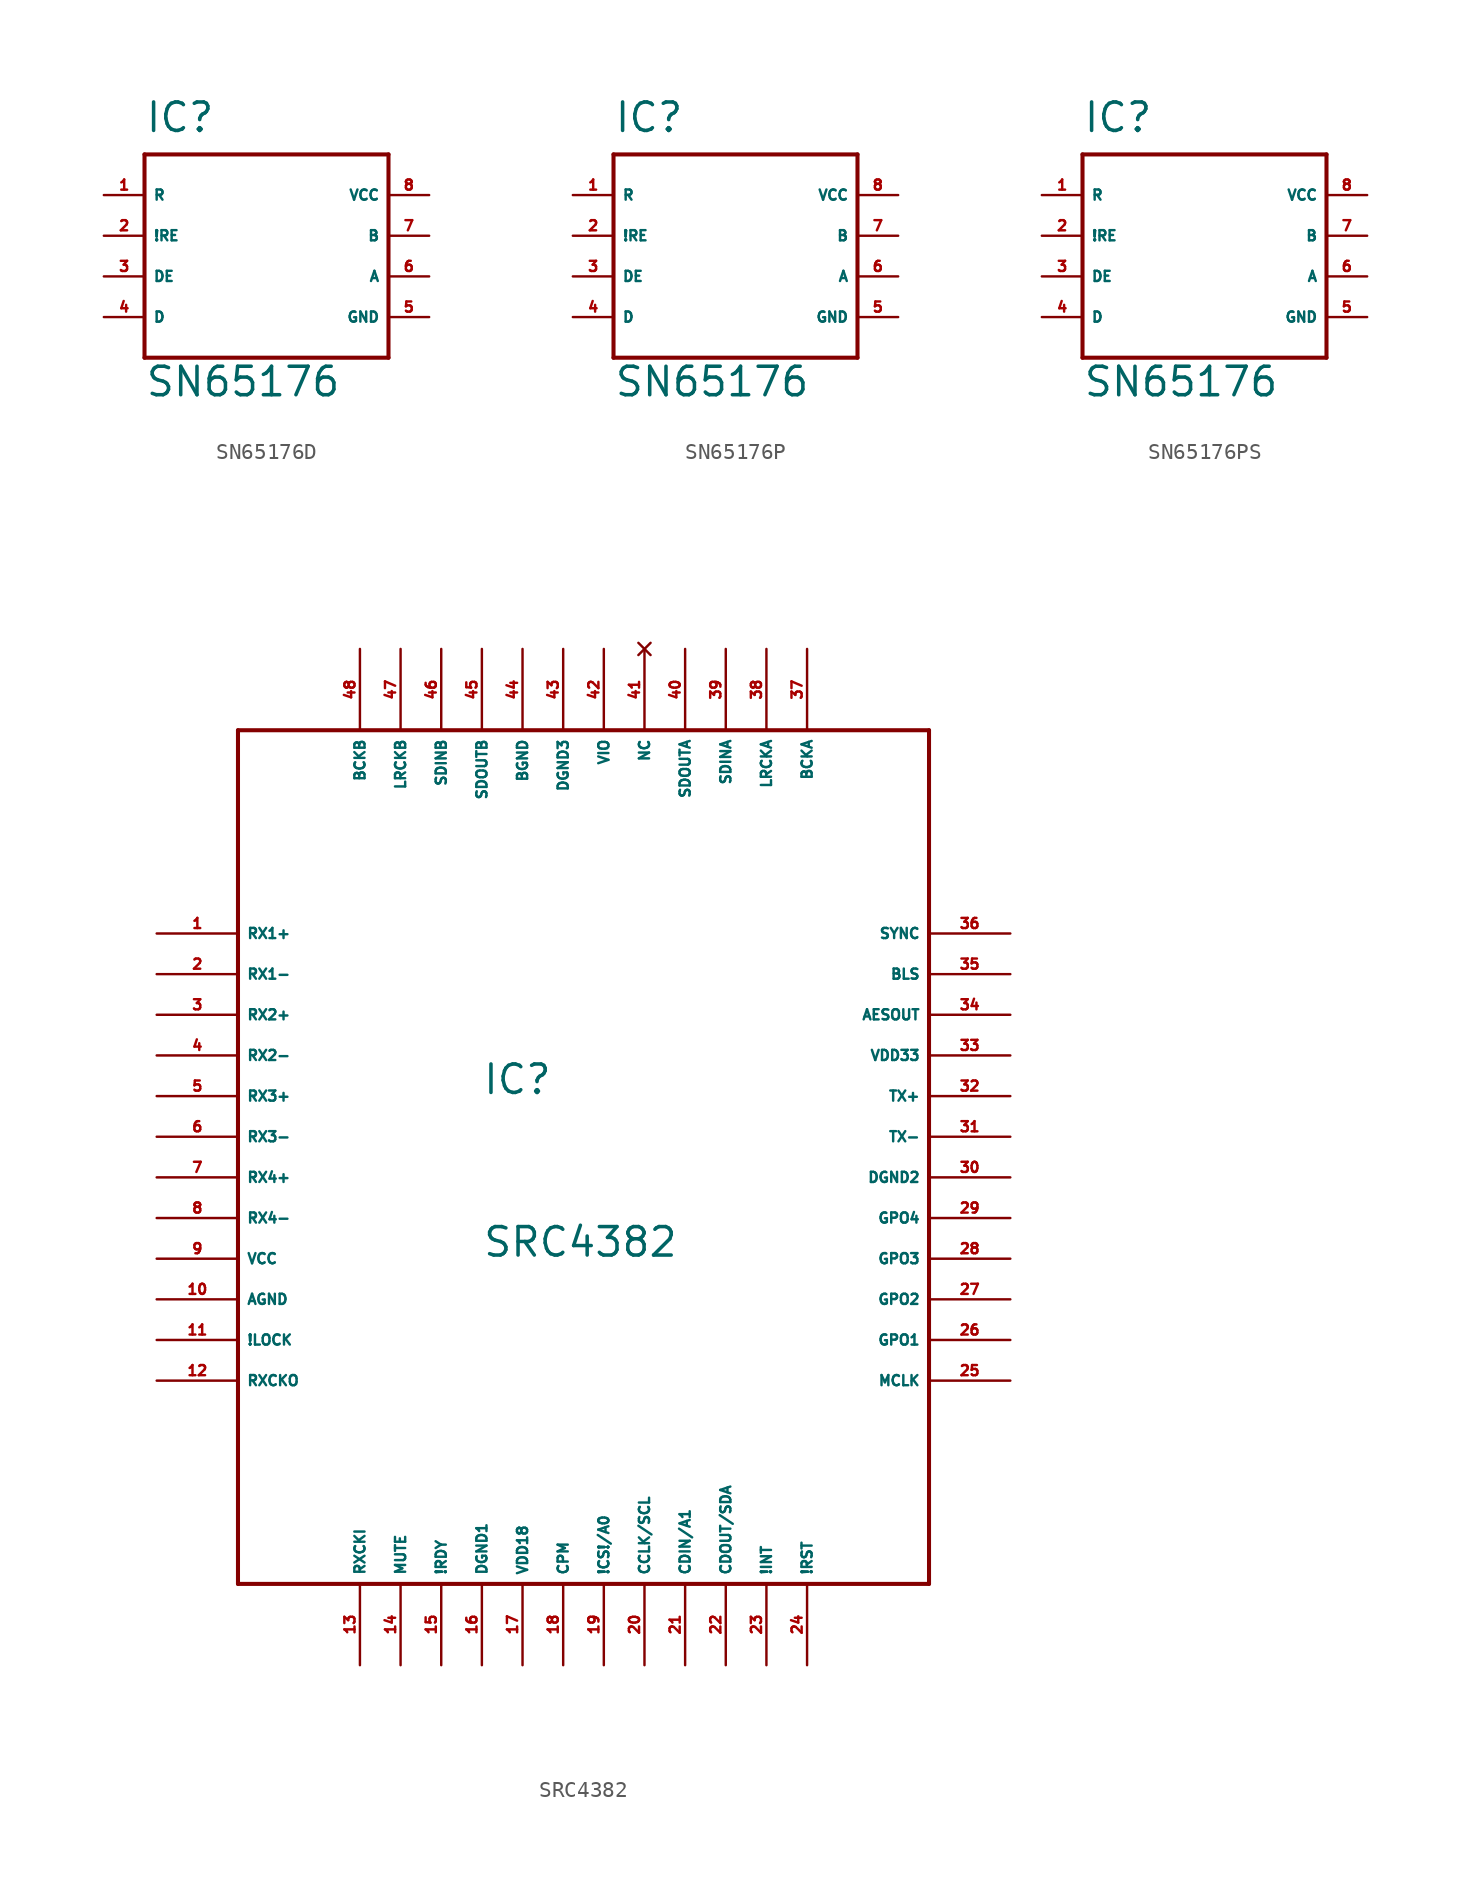
<source format=kicad_sym>
(kicad_symbol_lib
  (version 20220914)
  (generator Eagle2Kicad)
  (symbol "SN65176D"
    (property "Reference" "IC"
      (at -7.62 6.35 0)
      (effects (font (size 1.778 1.778) (thickness 0.22)) (justify left bottom)))
    (property "Value" "SN65176"
      (at -7.62 -10.16 0)
      (effects (font (size 1.778 1.778) (thickness 0.22)) (justify left bottom)))
    (polyline
      (pts (xy -7.62 5.08) (xy 7.62 5.08))
      (stroke (width 0.254) (type default))
      (fill (type none)))
    (polyline
      (pts (xy 7.62 5.08) (xy 7.62 -7.62))
      (stroke (width 0.254) (type default))
      (fill (type none)))
    (polyline
      (pts (xy 7.62 -7.62) (xy -7.62 -7.62))
      (stroke (width 0.254) (type default))
      (fill (type none)))
    (polyline
      (pts (xy -7.62 -7.62) (xy -7.62 5.08))
      (stroke (width 0.254) (type default))
      (fill (type none)))
    (pin input line
      (at -10.16 2.54 0)
      (length 2.54)
      (name "R" (effects (font (size 0.635 0.635) (thickness 0.08)) (justify left bottom)))
      (number "1" (effects (font (size 0.635 0.635) (thickness 0.08)) (justify left bottom))))
    (pin input line
      (at -10.16 0 0)
      (length 2.54)
      (name "!RE" (effects (font (size 0.635 0.635) (thickness 0.08)) (justify left bottom)))
      (number "2" (effects (font (size 0.635 0.635) (thickness 0.08)) (justify left bottom))))
    (pin input line
      (at -10.16 -2.54 0)
      (length 2.54)
      (name "DE" (effects (font (size 0.635 0.635) (thickness 0.08)) (justify left bottom)))
      (number "3" (effects (font (size 0.635 0.635) (thickness 0.08)) (justify left bottom))))
    (pin input line
      (at -10.16 -5.08 0)
      (length 2.54)
      (name "D" (effects (font (size 0.635 0.635) (thickness 0.08)) (justify left bottom)))
      (number "4" (effects (font (size 0.635 0.635) (thickness 0.08)) (justify left bottom))))
    (pin input line
      (at 10.16 -5.08 180)
      (length 2.54)
      (name "GND" (effects (font (size 0.635 0.635) (thickness 0.08)) (justify left bottom)))
      (number "5" (effects (font (size 0.635 0.635) (thickness 0.08)) (justify left bottom))))
    (pin input line
      (at 10.16 -2.54 180)
      (length 2.54)
      (name "A" (effects (font (size 0.635 0.635) (thickness 0.08)) (justify left bottom)))
      (number "6" (effects (font (size 0.635 0.635) (thickness 0.08)) (justify left bottom))))
    (pin input line
      (at 10.16 0 180)
      (length 2.54)
      (name "B" (effects (font (size 0.635 0.635) (thickness 0.08)) (justify left bottom)))
      (number "7" (effects (font (size 0.635 0.635) (thickness 0.08)) (justify left bottom))))
    (pin input line
      (at 10.16 2.54 180)
      (length 2.54)
      (name "VCC" (effects (font (size 0.635 0.635) (thickness 0.08)) (justify left bottom)))
      (number "8" (effects (font (size 0.635 0.635) (thickness 0.08)) (justify left bottom)))))
  (symbol "SN65176P"
    (property "Reference" "IC"
      (at -7.62 6.35 0)
      (effects (font (size 1.778 1.778) (thickness 0.22)) (justify left bottom)))
    (property "Value" "SN65176"
      (at -7.62 -10.16 0)
      (effects (font (size 1.778 1.778) (thickness 0.22)) (justify left bottom)))
    (polyline
      (pts (xy -7.62 5.08) (xy 7.62 5.08))
      (stroke (width 0.254) (type default))
      (fill (type none)))
    (polyline
      (pts (xy 7.62 5.08) (xy 7.62 -7.62))
      (stroke (width 0.254) (type default))
      (fill (type none)))
    (polyline
      (pts (xy 7.62 -7.62) (xy -7.62 -7.62))
      (stroke (width 0.254) (type default))
      (fill (type none)))
    (polyline
      (pts (xy -7.62 -7.62) (xy -7.62 5.08))
      (stroke (width 0.254) (type default))
      (fill (type none)))
    (pin input line
      (at -10.16 2.54 0)
      (length 2.54)
      (name "R" (effects (font (size 0.635 0.635) (thickness 0.08)) (justify left bottom)))
      (number "1" (effects (font (size 0.635 0.635) (thickness 0.08)) (justify left bottom))))
    (pin input line
      (at -10.16 0 0)
      (length 2.54)
      (name "!RE" (effects (font (size 0.635 0.635) (thickness 0.08)) (justify left bottom)))
      (number "2" (effects (font (size 0.635 0.635) (thickness 0.08)) (justify left bottom))))
    (pin input line
      (at -10.16 -2.54 0)
      (length 2.54)
      (name "DE" (effects (font (size 0.635 0.635) (thickness 0.08)) (justify left bottom)))
      (number "3" (effects (font (size 0.635 0.635) (thickness 0.08)) (justify left bottom))))
    (pin input line
      (at -10.16 -5.08 0)
      (length 2.54)
      (name "D" (effects (font (size 0.635 0.635) (thickness 0.08)) (justify left bottom)))
      (number "4" (effects (font (size 0.635 0.635) (thickness 0.08)) (justify left bottom))))
    (pin input line
      (at 10.16 -5.08 180)
      (length 2.54)
      (name "GND" (effects (font (size 0.635 0.635) (thickness 0.08)) (justify left bottom)))
      (number "5" (effects (font (size 0.635 0.635) (thickness 0.08)) (justify left bottom))))
    (pin input line
      (at 10.16 -2.54 180)
      (length 2.54)
      (name "A" (effects (font (size 0.635 0.635) (thickness 0.08)) (justify left bottom)))
      (number "6" (effects (font (size 0.635 0.635) (thickness 0.08)) (justify left bottom))))
    (pin input line
      (at 10.16 0 180)
      (length 2.54)
      (name "B" (effects (font (size 0.635 0.635) (thickness 0.08)) (justify left bottom)))
      (number "7" (effects (font (size 0.635 0.635) (thickness 0.08)) (justify left bottom))))
    (pin input line
      (at 10.16 2.54 180)
      (length 2.54)
      (name "VCC" (effects (font (size 0.635 0.635) (thickness 0.08)) (justify left bottom)))
      (number "8" (effects (font (size 0.635 0.635) (thickness 0.08)) (justify left bottom)))))
  (symbol "SN65176PS"
    (property "Reference" "IC"
      (at -7.62 6.35 0)
      (effects (font (size 1.778 1.778) (thickness 0.22)) (justify left bottom)))
    (property "Value" "SN65176"
      (at -7.62 -10.16 0)
      (effects (font (size 1.778 1.778) (thickness 0.22)) (justify left bottom)))
    (polyline
      (pts (xy -7.62 5.08) (xy 7.62 5.08))
      (stroke (width 0.254) (type default))
      (fill (type none)))
    (polyline
      (pts (xy 7.62 5.08) (xy 7.62 -7.62))
      (stroke (width 0.254) (type default))
      (fill (type none)))
    (polyline
      (pts (xy 7.62 -7.62) (xy -7.62 -7.62))
      (stroke (width 0.254) (type default))
      (fill (type none)))
    (polyline
      (pts (xy -7.62 -7.62) (xy -7.62 5.08))
      (stroke (width 0.254) (type default))
      (fill (type none)))
    (pin input line
      (at -10.16 2.54 0)
      (length 2.54)
      (name "R" (effects (font (size 0.635 0.635) (thickness 0.08)) (justify left bottom)))
      (number "1" (effects (font (size 0.635 0.635) (thickness 0.08)) (justify left bottom))))
    (pin input line
      (at -10.16 0 0)
      (length 2.54)
      (name "!RE" (effects (font (size 0.635 0.635) (thickness 0.08)) (justify left bottom)))
      (number "2" (effects (font (size 0.635 0.635) (thickness 0.08)) (justify left bottom))))
    (pin input line
      (at -10.16 -2.54 0)
      (length 2.54)
      (name "DE" (effects (font (size 0.635 0.635) (thickness 0.08)) (justify left bottom)))
      (number "3" (effects (font (size 0.635 0.635) (thickness 0.08)) (justify left bottom))))
    (pin input line
      (at -10.16 -5.08 0)
      (length 2.54)
      (name "D" (effects (font (size 0.635 0.635) (thickness 0.08)) (justify left bottom)))
      (number "4" (effects (font (size 0.635 0.635) (thickness 0.08)) (justify left bottom))))
    (pin input line
      (at 10.16 -5.08 180)
      (length 2.54)
      (name "GND" (effects (font (size 0.635 0.635) (thickness 0.08)) (justify left bottom)))
      (number "5" (effects (font (size 0.635 0.635) (thickness 0.08)) (justify left bottom))))
    (pin input line
      (at 10.16 -2.54 180)
      (length 2.54)
      (name "A" (effects (font (size 0.635 0.635) (thickness 0.08)) (justify left bottom)))
      (number "6" (effects (font (size 0.635 0.635) (thickness 0.08)) (justify left bottom))))
    (pin input line
      (at 10.16 0 180)
      (length 2.54)
      (name "B" (effects (font (size 0.635 0.635) (thickness 0.08)) (justify left bottom)))
      (number "7" (effects (font (size 0.635 0.635) (thickness 0.08)) (justify left bottom))))
    (pin input line
      (at 10.16 2.54 180)
      (length 2.54)
      (name "VCC" (effects (font (size 0.635 0.635) (thickness 0.08)) (justify left bottom)))
      (number "8" (effects (font (size 0.635 0.635) (thickness 0.08)) (justify left bottom)))))
  (symbol "SRC4382"
    (property "Reference" "IC"
      (at -7.62 2.54 0)
      (effects (font (size 1.778 1.778) (thickness 0.22)) (justify left bottom)))
    (property "Value" "SRC4382"
      (at -7.62 -7.62 0)
      (effects (font (size 1.778 1.778) (thickness 0.22)) (justify left bottom)))
    (polyline
      (pts (xy -22.86 -27.94) (xy 20.32 -27.94))
      (stroke (width 0.254) (type default))
      (fill (type none)))
    (polyline
      (pts (xy 20.32 -27.94) (xy 20.32 25.4))
      (stroke (width 0.254) (type default))
      (fill (type none)))
    (polyline
      (pts (xy 20.32 25.4) (xy -22.86 25.4))
      (stroke (width 0.254) (type default))
      (fill (type none)))
    (polyline
      (pts (xy -22.86 25.4) (xy -22.86 -27.94))
      (stroke (width 0.254) (type default))
      (fill (type none)))
    (pin input line
      (at -27.94 12.7 0)
      (length 5.08)
      (name "RX1+" (effects (font (size 0.635 0.635) (thickness 0.08)) (justify left bottom)))
      (number "1" (effects (font (size 0.635 0.635) (thickness 0.08)) (justify left bottom))))
    (pin input line
      (at -27.94 10.16 0)
      (length 5.08)
      (name "RX1-" (effects (font (size 0.635 0.635) (thickness 0.08)) (justify left bottom)))
      (number "2" (effects (font (size 0.635 0.635) (thickness 0.08)) (justify left bottom))))
    (pin input line
      (at -27.94 7.62 0)
      (length 5.08)
      (name "RX2+" (effects (font (size 0.635 0.635) (thickness 0.08)) (justify left bottom)))
      (number "3" (effects (font (size 0.635 0.635) (thickness 0.08)) (justify left bottom))))
    (pin input line
      (at -27.94 5.08 0)
      (length 5.08)
      (name "RX2-" (effects (font (size 0.635 0.635) (thickness 0.08)) (justify left bottom)))
      (number "4" (effects (font (size 0.635 0.635) (thickness 0.08)) (justify left bottom))))
    (pin input line
      (at -27.94 2.54 0)
      (length 5.08)
      (name "RX3+" (effects (font (size 0.635 0.635) (thickness 0.08)) (justify left bottom)))
      (number "5" (effects (font (size 0.635 0.635) (thickness 0.08)) (justify left bottom))))
    (pin input line
      (at -27.94 0 0)
      (length 5.08)
      (name "RX3-" (effects (font (size 0.635 0.635) (thickness 0.08)) (justify left bottom)))
      (number "6" (effects (font (size 0.635 0.635) (thickness 0.08)) (justify left bottom))))
    (pin input line
      (at -27.94 -2.54 0)
      (length 5.08)
      (name "RX4+" (effects (font (size 0.635 0.635) (thickness 0.08)) (justify left bottom)))
      (number "7" (effects (font (size 0.635 0.635) (thickness 0.08)) (justify left bottom))))
    (pin input line
      (at -27.94 -5.08 0)
      (length 5.08)
      (name "RX4-" (effects (font (size 0.635 0.635) (thickness 0.08)) (justify left bottom)))
      (number "8" (effects (font (size 0.635 0.635) (thickness 0.08)) (justify left bottom))))
    (pin unspecified line
      (at -27.94 -7.62 0)
      (length 5.08)
      (name "VCC" (effects (font (size 0.635 0.635) (thickness 0.08)) (justify left bottom)))
      (number "9" (effects (font (size 0.635 0.635) (thickness 0.08)) (justify left bottom))))
    (pin unspecified line
      (at -27.94 -10.16 0)
      (length 5.08)
      (name "AGND" (effects (font (size 0.635 0.635) (thickness 0.08)) (justify left bottom)))
      (number "10" (effects (font (size 0.635 0.635) (thickness 0.08)) (justify left bottom))))
    (pin output line
      (at -27.94 -12.7 0)
      (length 5.08)
      (name "!LOCK" (effects (font (size 0.635 0.635) (thickness 0.08)) (justify left bottom)))
      (number "11" (effects (font (size 0.635 0.635) (thickness 0.08)) (justify left bottom))))
    (pin output line
      (at -27.94 -15.24 0)
      (length 5.08)
      (name "RXCKO" (effects (font (size 0.635 0.635) (thickness 0.08)) (justify left bottom)))
      (number "12" (effects (font (size 0.635 0.635) (thickness 0.08)) (justify left bottom))))
    (pin input line
      (at -15.24 -33.02 90)
      (length 5.08)
      (name "RXCKI" (effects (font (size 0.635 0.635) (thickness 0.08)) (justify left bottom)))
      (number "13" (effects (font (size 0.635 0.635) (thickness 0.08)) (justify left bottom))))
    (pin input line
      (at -12.7 -33.02 90)
      (length 5.08)
      (name "MUTE" (effects (font (size 0.635 0.635) (thickness 0.08)) (justify left bottom)))
      (number "14" (effects (font (size 0.635 0.635) (thickness 0.08)) (justify left bottom))))
    (pin output line
      (at -10.16 -33.02 90)
      (length 5.08)
      (name "!RDY" (effects (font (size 0.635 0.635) (thickness 0.08)) (justify left bottom)))
      (number "15" (effects (font (size 0.635 0.635) (thickness 0.08)) (justify left bottom))))
    (pin unspecified line
      (at -7.62 -33.02 90)
      (length 5.08)
      (name "DGND1" (effects (font (size 0.635 0.635) (thickness 0.08)) (justify left bottom)))
      (number "16" (effects (font (size 0.635 0.635) (thickness 0.08)) (justify left bottom))))
    (pin unspecified line
      (at -5.08 -33.02 90)
      (length 5.08)
      (name "VDD18" (effects (font (size 0.635 0.635) (thickness 0.08)) (justify left bottom)))
      (number "17" (effects (font (size 0.635 0.635) (thickness 0.08)) (justify left bottom))))
    (pin input line
      (at -2.54 -33.02 90)
      (length 5.08)
      (name "CPM" (effects (font (size 0.635 0.635) (thickness 0.08)) (justify left bottom)))
      (number "18" (effects (font (size 0.635 0.635) (thickness 0.08)) (justify left bottom))))
    (pin input line
      (at 0 -33.02 90)
      (length 5.08)
      (name "!CS!/A0" (effects (font (size 0.635 0.635) (thickness 0.08)) (justify left bottom)))
      (number "19" (effects (font (size 0.635 0.635) (thickness 0.08)) (justify left bottom))))
    (pin input line
      (at 2.54 -33.02 90)
      (length 5.08)
      (name "CCLK/SCL" (effects (font (size 0.635 0.635) (thickness 0.08)) (justify left bottom)))
      (number "20" (effects (font (size 0.635 0.635) (thickness 0.08)) (justify left bottom))))
    (pin input line
      (at 5.08 -33.02 90)
      (length 5.08)
      (name "CDIN/A1" (effects (font (size 0.635 0.635) (thickness 0.08)) (justify left bottom)))
      (number "21" (effects (font (size 0.635 0.635) (thickness 0.08)) (justify left bottom))))
    (pin bidirectional line
      (at 7.62 -33.02 90)
      (length 5.08)
      (name "CDOUT/SDA" (effects (font (size 0.635 0.635) (thickness 0.08)) (justify left bottom)))
      (number "22" (effects (font (size 0.635 0.635) (thickness 0.08)) (justify left bottom))))
    (pin output line
      (at 10.16 -33.02 90)
      (length 5.08)
      (name "!INT" (effects (font (size 0.635 0.635) (thickness 0.08)) (justify left bottom)))
      (number "23" (effects (font (size 0.635 0.635) (thickness 0.08)) (justify left bottom))))
    (pin input line
      (at 12.7 -33.02 90)
      (length 5.08)
      (name "!RST" (effects (font (size 0.635 0.635) (thickness 0.08)) (justify left bottom)))
      (number "24" (effects (font (size 0.635 0.635) (thickness 0.08)) (justify left bottom))))
    (pin input line
      (at 25.4 -15.24 180)
      (length 5.08)
      (name "MCLK" (effects (font (size 0.635 0.635) (thickness 0.08)) (justify left bottom)))
      (number "25" (effects (font (size 0.635 0.635) (thickness 0.08)) (justify left bottom))))
    (pin output line
      (at 25.4 -12.7 180)
      (length 5.08)
      (name "GPO1" (effects (font (size 0.635 0.635) (thickness 0.08)) (justify left bottom)))
      (number "26" (effects (font (size 0.635 0.635) (thickness 0.08)) (justify left bottom))))
    (pin output line
      (at 25.4 -10.16 180)
      (length 5.08)
      (name "GPO2" (effects (font (size 0.635 0.635) (thickness 0.08)) (justify left bottom)))
      (number "27" (effects (font (size 0.635 0.635) (thickness 0.08)) (justify left bottom))))
    (pin output line
      (at 25.4 -7.62 180)
      (length 5.08)
      (name "GPO3" (effects (font (size 0.635 0.635) (thickness 0.08)) (justify left bottom)))
      (number "28" (effects (font (size 0.635 0.635) (thickness 0.08)) (justify left bottom))))
    (pin output line
      (at 25.4 -5.08 180)
      (length 5.08)
      (name "GPO4" (effects (font (size 0.635 0.635) (thickness 0.08)) (justify left bottom)))
      (number "29" (effects (font (size 0.635 0.635) (thickness 0.08)) (justify left bottom))))
    (pin unspecified line
      (at 25.4 -2.54 180)
      (length 5.08)
      (name "DGND2" (effects (font (size 0.635 0.635) (thickness 0.08)) (justify left bottom)))
      (number "30" (effects (font (size 0.635 0.635) (thickness 0.08)) (justify left bottom))))
    (pin output line
      (at 25.4 0 180)
      (length 5.08)
      (name "TX-" (effects (font (size 0.635 0.635) (thickness 0.08)) (justify left bottom)))
      (number "31" (effects (font (size 0.635 0.635) (thickness 0.08)) (justify left bottom))))
    (pin output line
      (at 25.4 2.54 180)
      (length 5.08)
      (name "TX+" (effects (font (size 0.635 0.635) (thickness 0.08)) (justify left bottom)))
      (number "32" (effects (font (size 0.635 0.635) (thickness 0.08)) (justify left bottom))))
    (pin unspecified line
      (at 25.4 5.08 180)
      (length 5.08)
      (name "VDD33" (effects (font (size 0.635 0.635) (thickness 0.08)) (justify left bottom)))
      (number "33" (effects (font (size 0.635 0.635) (thickness 0.08)) (justify left bottom))))
    (pin output line
      (at 25.4 7.62 180)
      (length 5.08)
      (name "AESOUT" (effects (font (size 0.635 0.635) (thickness 0.08)) (justify left bottom)))
      (number "34" (effects (font (size 0.635 0.635) (thickness 0.08)) (justify left bottom))))
    (pin bidirectional line
      (at 25.4 10.16 180)
      (length 5.08)
      (name "BLS" (effects (font (size 0.635 0.635) (thickness 0.08)) (justify left bottom)))
      (number "35" (effects (font (size 0.635 0.635) (thickness 0.08)) (justify left bottom))))
    (pin output line
      (at 25.4 12.7 180)
      (length 5.08)
      (name "SYNC" (effects (font (size 0.635 0.635) (thickness 0.08)) (justify left bottom)))
      (number "36" (effects (font (size 0.635 0.635) (thickness 0.08)) (justify left bottom))))
    (pin bidirectional line
      (at 12.7 30.48 270)
      (length 5.08)
      (name "BCKA" (effects (font (size 0.635 0.635) (thickness 0.08)) (justify left bottom)))
      (number "37" (effects (font (size 0.635 0.635) (thickness 0.08)) (justify left bottom))))
    (pin bidirectional line
      (at 10.16 30.48 270)
      (length 5.08)
      (name "LRCKA" (effects (font (size 0.635 0.635) (thickness 0.08)) (justify left bottom)))
      (number "38" (effects (font (size 0.635 0.635) (thickness 0.08)) (justify left bottom))))
    (pin input line
      (at 7.62 30.48 270)
      (length 5.08)
      (name "SDINA" (effects (font (size 0.635 0.635) (thickness 0.08)) (justify left bottom)))
      (number "39" (effects (font (size 0.635 0.635) (thickness 0.08)) (justify left bottom))))
    (pin output line
      (at 5.08 30.48 270)
      (length 5.08)
      (name "SDOUTA" (effects (font (size 0.635 0.635) (thickness 0.08)) (justify left bottom)))
      (number "40" (effects (font (size 0.635 0.635) (thickness 0.08)) (justify left bottom))))
    (pin no_connect line
      (at 2.54 30.48 270)
      (length 5.08)
      (name "NC" (effects (font (size 0.635 0.635) (thickness 0.08)) (justify left bottom) hide))
      (number "41" (effects (font (size 0.635 0.635) (thickness 0.08)) (justify left bottom) hide)))
    (pin unspecified line
      (at 0 30.48 270)
      (length 5.08)
      (name "VIO" (effects (font (size 0.635 0.635) (thickness 0.08)) (justify left bottom)))
      (number "42" (effects (font (size 0.635 0.635) (thickness 0.08)) (justify left bottom))))
    (pin unspecified line
      (at -2.54 30.48 270)
      (length 5.08)
      (name "DGND3" (effects (font (size 0.635 0.635) (thickness 0.08)) (justify left bottom)))
      (number "43" (effects (font (size 0.635 0.635) (thickness 0.08)) (justify left bottom))))
    (pin unspecified line
      (at -5.08 30.48 270)
      (length 5.08)
      (name "BGND" (effects (font (size 0.635 0.635) (thickness 0.08)) (justify left bottom)))
      (number "44" (effects (font (size 0.635 0.635) (thickness 0.08)) (justify left bottom))))
    (pin output line
      (at -7.62 30.48 270)
      (length 5.08)
      (name "SDOUTB" (effects (font (size 0.635 0.635) (thickness 0.08)) (justify left bottom)))
      (number "45" (effects (font (size 0.635 0.635) (thickness 0.08)) (justify left bottom))))
    (pin input line
      (at -10.16 30.48 270)
      (length 5.08)
      (name "SDINB" (effects (font (size 0.635 0.635) (thickness 0.08)) (justify left bottom)))
      (number "46" (effects (font (size 0.635 0.635) (thickness 0.08)) (justify left bottom))))
    (pin bidirectional line
      (at -12.7 30.48 270)
      (length 5.08)
      (name "LRCKB" (effects (font (size 0.635 0.635) (thickness 0.08)) (justify left bottom)))
      (number "47" (effects (font (size 0.635 0.635) (thickness 0.08)) (justify left bottom))))
    (pin bidirectional line
      (at -15.24 30.48 270)
      (length 5.08)
      (name "BCKB" (effects (font (size 0.635 0.635) (thickness 0.08)) (justify left bottom)))
      (number "48" (effects (font (size 0.635 0.635) (thickness 0.08)) (justify left bottom))))))
</source>
